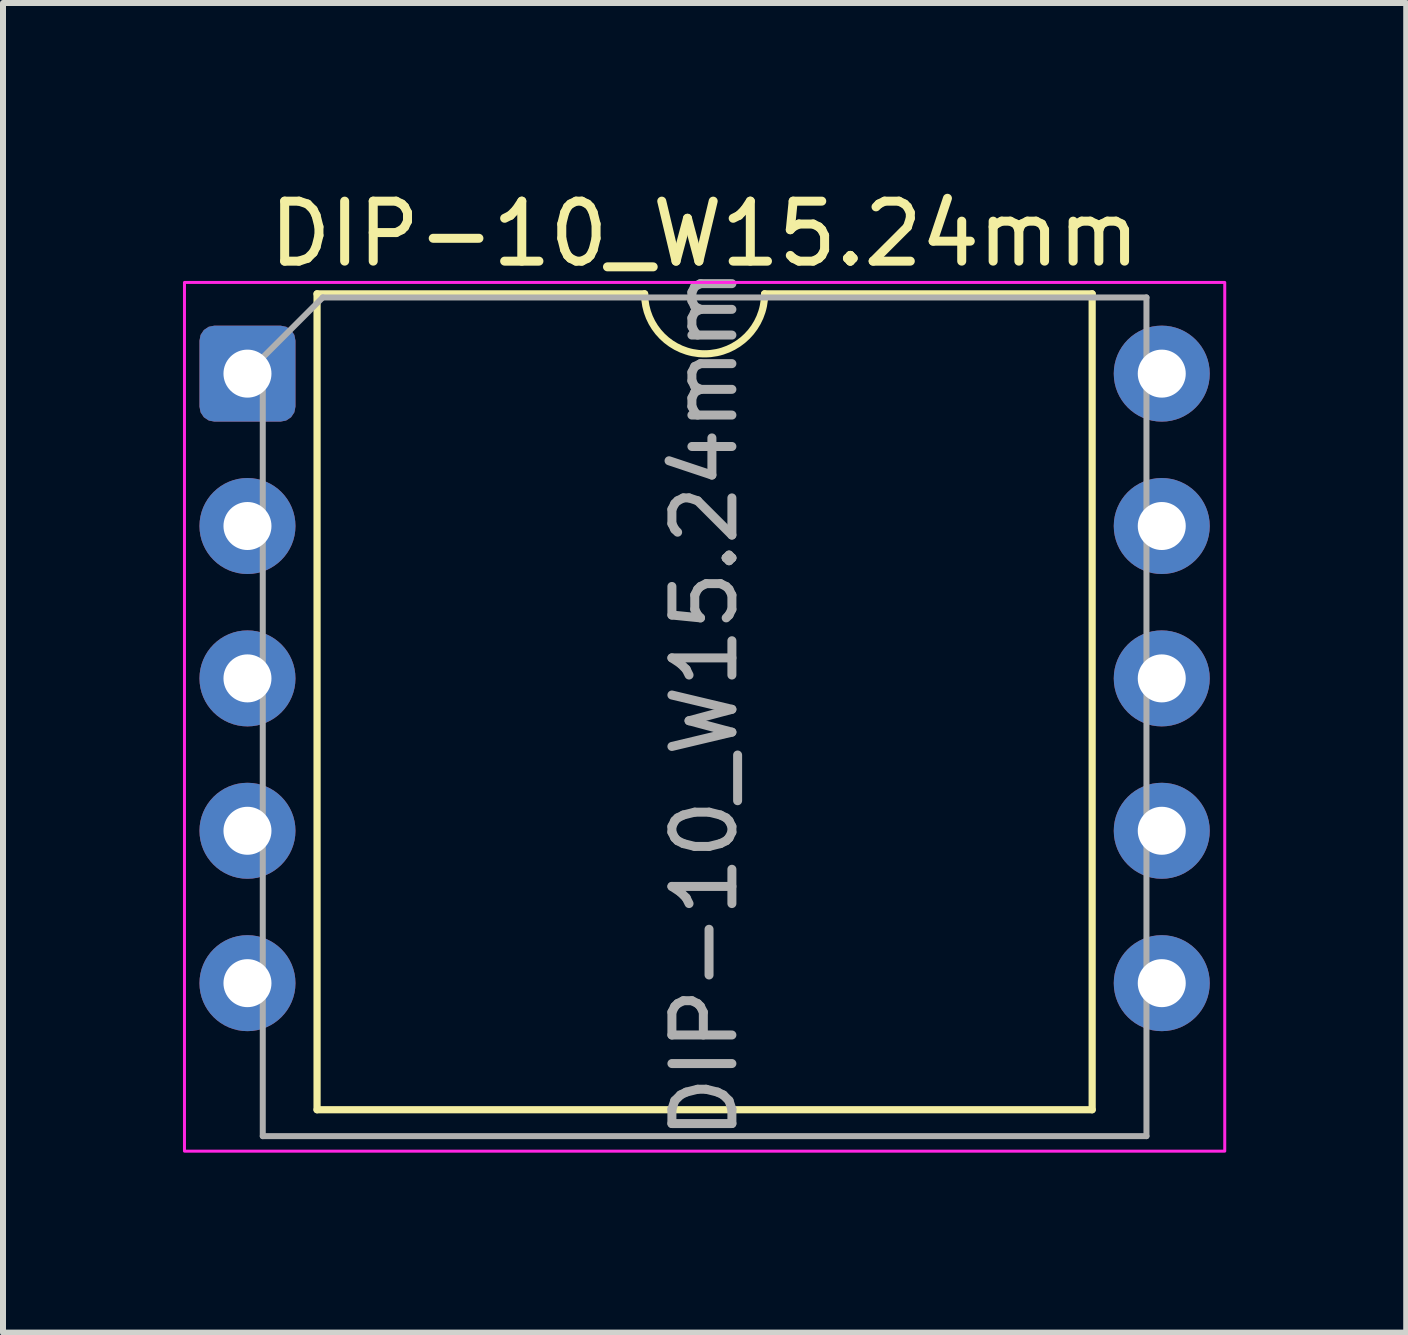
<source format=kicad_pcb>
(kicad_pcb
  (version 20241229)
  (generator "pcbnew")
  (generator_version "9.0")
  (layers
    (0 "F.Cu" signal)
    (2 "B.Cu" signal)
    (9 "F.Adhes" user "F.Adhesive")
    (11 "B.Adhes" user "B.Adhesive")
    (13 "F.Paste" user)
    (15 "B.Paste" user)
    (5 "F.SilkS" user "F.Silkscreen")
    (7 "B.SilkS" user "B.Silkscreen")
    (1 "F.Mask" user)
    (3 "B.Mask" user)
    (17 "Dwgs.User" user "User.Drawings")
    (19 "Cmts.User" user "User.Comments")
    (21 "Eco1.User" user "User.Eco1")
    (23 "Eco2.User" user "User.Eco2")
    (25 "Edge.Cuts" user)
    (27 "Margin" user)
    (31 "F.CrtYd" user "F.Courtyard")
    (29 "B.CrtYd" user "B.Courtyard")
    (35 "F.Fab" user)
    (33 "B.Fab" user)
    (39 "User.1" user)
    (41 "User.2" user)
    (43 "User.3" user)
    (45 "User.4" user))
  (footprint "DIP-10_W15.24mm"
    (layer "F.Cu")
    (at 1.075 3.178)
    (property "Reference" "DIP-10_W15.24mm" (at 7.62 -2.33 0) (layer "F.SilkS") (effects (font (size 1 1) (thickness 0.15))))
    (attr through_hole)
    (fp_line (start 1.16 -1.33) (end 1.16 12.27) (stroke (width 0.12) (type solid)) (layer "F.SilkS"))
    (fp_line (start 1.16 12.27) (end 14.08 12.27) (stroke (width 0.12) (type solid)) (layer "F.SilkS"))
    (fp_line (start 6.62 -1.33) (end 1.16 -1.33) (stroke (width 0.12) (type solid)) (layer "F.SilkS"))
    (fp_line (start 14.08 -1.33) (end 8.62 -1.33) (stroke (width 0.12) (type solid)) (layer "F.SilkS"))
    (fp_line (start 14.08 12.27) (end 14.08 -1.33) (stroke (width 0.12) (type solid)) (layer "F.SilkS"))
    (fp_arc (start 8.62 -1.33) (mid 7.62 -0.33) (end 6.62 -1.33) (stroke (width 0.12) (type solid)) (layer "F.SilkS"))
    (fp_rect (start -1.05 -1.52) (end 16.29 12.96) (stroke (width 0.05) (type solid)) (fill no) (layer "F.CrtYd"))
    (fp_line (start 0.255 -0.27) (end 1.255 -1.27) (stroke (width 0.1) (type solid)) (layer "F.Fab"))
    (fp_line (start 0.255 12.71) (end 0.255 -0.27) (stroke (width 0.1) (type solid)) (layer "F.Fab"))
    (fp_line (start 1.255 -1.27) (end 14.985 -1.27) (stroke (width 0.1) (type solid)) (layer "F.Fab"))
    (fp_line (start 14.985 -1.27) (end 14.985 12.71) (stroke (width 0.1) (type solid)) (layer "F.Fab"))
    (fp_line (start 14.985 12.71) (end 0.255 12.71) (stroke (width 0.1) (type solid)) (layer "F.Fab"))
    (fp_text user "${REFERENCE}" (at 7.62 5.5 90) (layer "F.Fab") (effects (font (size 1 1) (thickness 0.15))))
    (pad "1" thru_hole roundrect (at 0 0) (size 1.6 1.6) (drill 0.8) (layers "*.Cu" "*.Mask") (roundrect_rratio 0.156))
    (pad "2" thru_hole circle (at 0 2.54) (size 1.6 1.6) (drill 0.8) (layers "*.Cu" "*.Mask"))
    (pad "3" thru_hole circle (at 0 5.08) (size 1.6 1.6) (drill 0.8) (layers "*.Cu" "*.Mask"))
    (pad "4" thru_hole circle (at 0 7.62) (size 1.6 1.6) (drill 0.8) (layers "*.Cu" "*.Mask"))
    (pad "5" thru_hole circle (at 0 10.16) (size 1.6 1.6) (drill 0.8) (layers "*.Cu" "*.Mask"))
    (pad "6" thru_hole circle (at 15.24 10.16) (size 1.6 1.6) (drill 0.8) (layers "*.Cu" "*.Mask"))
    (pad "7" thru_hole circle (at 15.24 7.62) (size 1.6 1.6) (drill 0.8) (layers "*.Cu" "*.Mask"))
    (pad "8" thru_hole circle (at 15.24 5.08) (size 1.6 1.6) (drill 0.8) (layers "*.Cu" "*.Mask"))
    (pad "9" thru_hole circle (at 15.24 2.54) (size 1.6 1.6) (drill 0.8) (layers "*.Cu" "*.Mask"))
    (pad "10" thru_hole circle (at 15.24 0) (size 1.6 1.6) (drill 0.8) (layers "*.Cu" "*.Mask")))
  (gr_rect
    (start -3 -3)
    (end 20.39 19.163)
    (stroke (width 0.1) (type default))
    (fill no)
    (layer "Edge.Cuts")))
</source>
